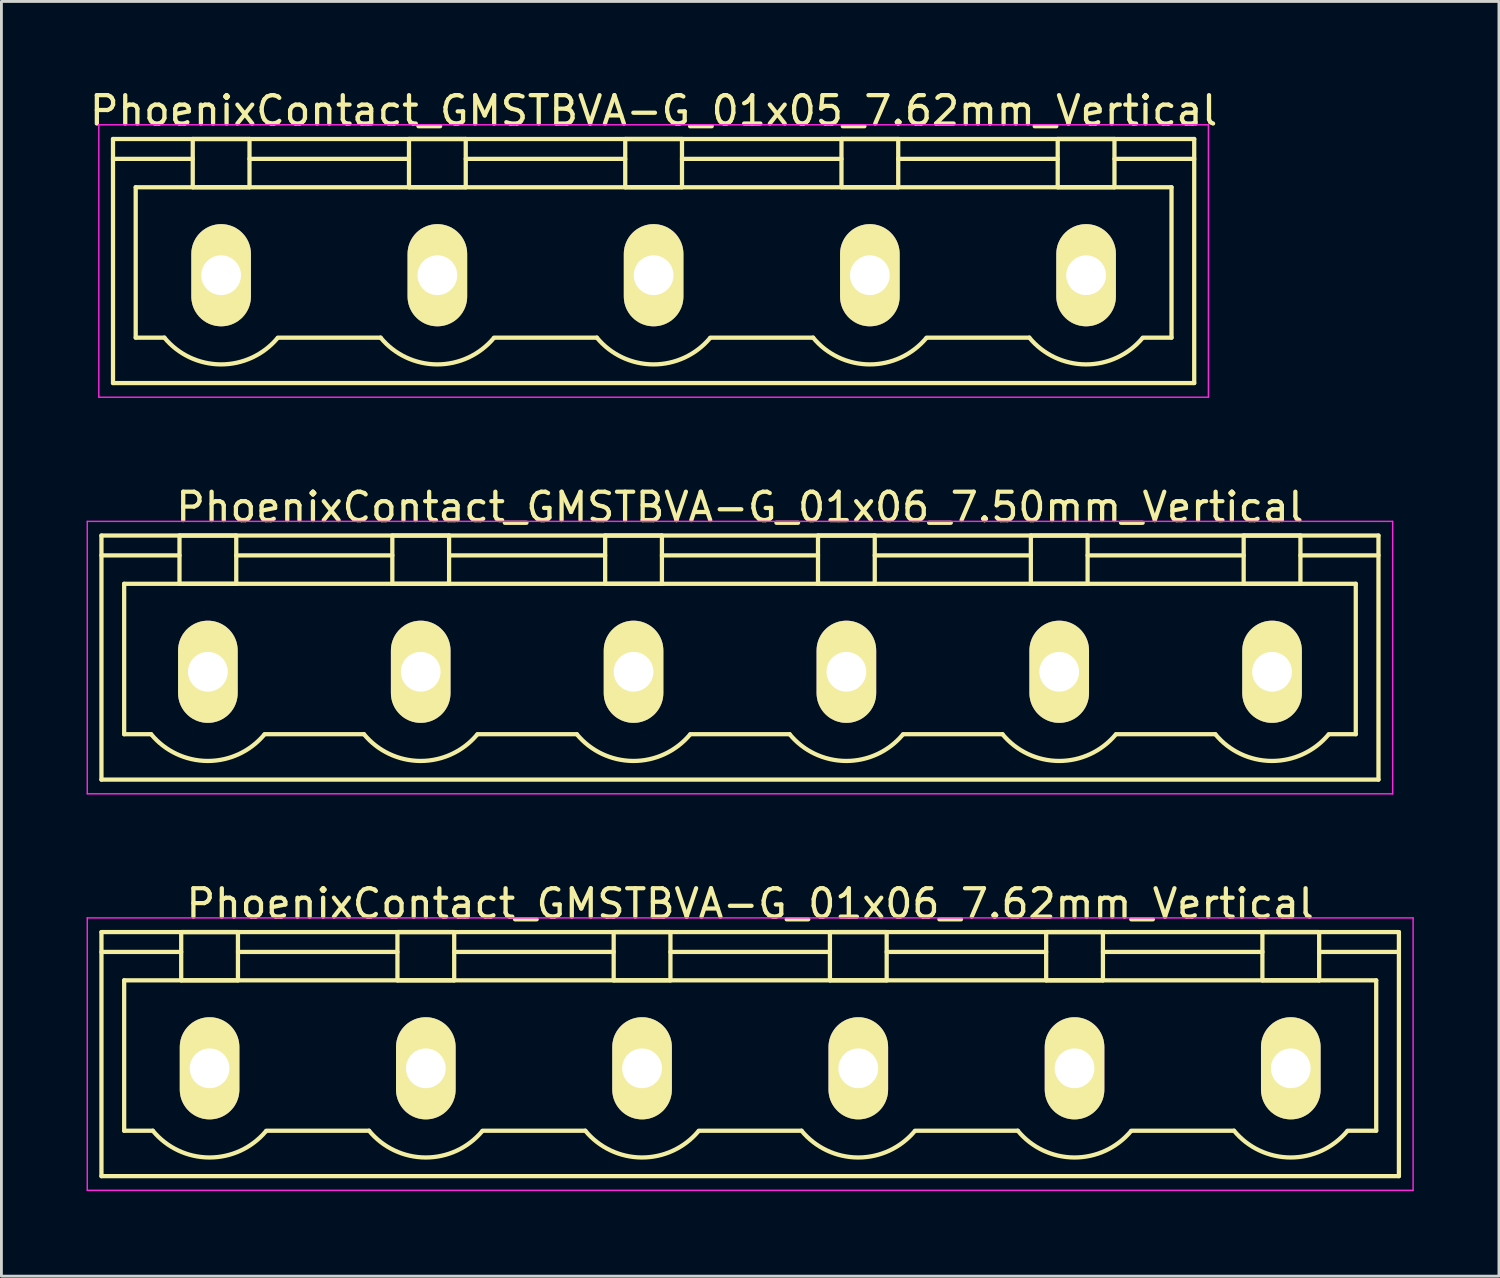
<source format=kicad_pcb>
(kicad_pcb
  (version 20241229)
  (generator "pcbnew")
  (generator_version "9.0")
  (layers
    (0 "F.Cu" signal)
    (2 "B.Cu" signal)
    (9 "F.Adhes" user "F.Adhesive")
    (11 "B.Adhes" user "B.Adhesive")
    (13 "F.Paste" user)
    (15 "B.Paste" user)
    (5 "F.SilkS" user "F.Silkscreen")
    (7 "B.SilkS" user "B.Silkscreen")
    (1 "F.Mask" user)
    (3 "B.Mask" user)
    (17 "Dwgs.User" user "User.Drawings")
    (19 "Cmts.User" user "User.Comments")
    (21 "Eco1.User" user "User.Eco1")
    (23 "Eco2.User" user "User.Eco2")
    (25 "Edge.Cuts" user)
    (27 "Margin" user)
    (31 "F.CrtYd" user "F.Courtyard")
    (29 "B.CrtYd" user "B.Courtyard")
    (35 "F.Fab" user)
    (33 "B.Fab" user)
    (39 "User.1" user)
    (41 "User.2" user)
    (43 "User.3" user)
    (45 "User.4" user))
  (footprint "PhoenixContact_GMSTBVA-G_01x06_7.50mm_Vertical"
    (layer "F.Cu")
    (at 4.275 20.622)
    (property "Reference" "PhoenixContact_GMSTBVA-G_01x06_7.50mm_Vertical" (at 18.75 -5.8 0) (layer "F.SilkS") (effects (font (size 1 1) (thickness 0.15))))
    (attr through_hole)
    (fp_line (start -3.75 -4.8) (end -3.75 3.8) (stroke (width 0.15) (type solid)) (layer "F.SilkS"))
    (fp_line (start -3.75 -4.1) (end -1 -4.1) (stroke (width 0.15) (type solid)) (layer "F.SilkS"))
    (fp_line (start -3.75 3.8) (end 41.25 3.8) (stroke (width 0.15) (type solid)) (layer "F.SilkS"))
    (fp_line (start -2.95 -3.1) (end 40.45 -3.1) (stroke (width 0.15) (type solid)) (layer "F.SilkS"))
    (fp_line (start -2.95 2.2) (end -2.95 -3.1) (stroke (width 0.15) (type solid)) (layer "F.SilkS"))
    (fp_line (start -2 2.2) (end -2.95 2.2) (stroke (width 0.15) (type solid)) (layer "F.SilkS"))
    (fp_line (start -1 -4.8) (end 1 -4.8) (stroke (width 0.15) (type solid)) (layer "F.SilkS"))
    (fp_line (start -1 -3.1) (end -1 -4.8) (stroke (width 0.15) (type solid)) (layer "F.SilkS"))
    (fp_line (start 1 -4.8) (end 1 -3.1) (stroke (width 0.15) (type solid)) (layer "F.SilkS"))
    (fp_line (start 1 -4.1) (end 6.5 -4.1) (stroke (width 0.15) (type solid)) (layer "F.SilkS"))
    (fp_line (start 1 -3.1) (end -1 -3.1) (stroke (width 0.15) (type solid)) (layer "F.SilkS"))
    (fp_line (start 2 2.2) (end 5.5 2.2) (stroke (width 0.15) (type solid)) (layer "F.SilkS"))
    (fp_line (start 6.5 -4.8) (end 8.5 -4.8) (stroke (width 0.15) (type solid)) (layer "F.SilkS"))
    (fp_line (start 6.5 -3.1) (end 6.5 -4.8) (stroke (width 0.15) (type solid)) (layer "F.SilkS"))
    (fp_line (start 8.5 -4.8) (end 8.5 -3.1) (stroke (width 0.15) (type solid)) (layer "F.SilkS"))
    (fp_line (start 8.5 -4.1) (end 14 -4.1) (stroke (width 0.15) (type solid)) (layer "F.SilkS"))
    (fp_line (start 8.5 -3.1) (end 6.5 -3.1) (stroke (width 0.15) (type solid)) (layer "F.SilkS"))
    (fp_line (start 9.5 2.2) (end 13 2.2) (stroke (width 0.15) (type solid)) (layer "F.SilkS"))
    (fp_line (start 14 -4.8) (end 16 -4.8) (stroke (width 0.15) (type solid)) (layer "F.SilkS"))
    (fp_line (start 14 -3.1) (end 14 -4.8) (stroke (width 0.15) (type solid)) (layer "F.SilkS"))
    (fp_line (start 16 -4.8) (end 16 -3.1) (stroke (width 0.15) (type solid)) (layer "F.SilkS"))
    (fp_line (start 16 -4.1) (end 21.5 -4.1) (stroke (width 0.15) (type solid)) (layer "F.SilkS"))
    (fp_line (start 16 -3.1) (end 14 -3.1) (stroke (width 0.15) (type solid)) (layer "F.SilkS"))
    (fp_line (start 17 2.2) (end 20.5 2.2) (stroke (width 0.15) (type solid)) (layer "F.SilkS"))
    (fp_line (start 21.5 -4.8) (end 23.5 -4.8) (stroke (width 0.15) (type solid)) (layer "F.SilkS"))
    (fp_line (start 21.5 -3.1) (end 21.5 -4.8) (stroke (width 0.15) (type solid)) (layer "F.SilkS"))
    (fp_line (start 23.5 -4.8) (end 23.5 -3.1) (stroke (width 0.15) (type solid)) (layer "F.SilkS"))
    (fp_line (start 23.5 -4.1) (end 29 -4.1) (stroke (width 0.15) (type solid)) (layer "F.SilkS"))
    (fp_line (start 23.5 -3.1) (end 21.5 -3.1) (stroke (width 0.15) (type solid)) (layer "F.SilkS"))
    (fp_line (start 24.5 2.2) (end 28 2.2) (stroke (width 0.15) (type solid)) (layer "F.SilkS"))
    (fp_line (start 29 -4.8) (end 31 -4.8) (stroke (width 0.15) (type solid)) (layer "F.SilkS"))
    (fp_line (start 29 -3.1) (end 29 -4.8) (stroke (width 0.15) (type solid)) (layer "F.SilkS"))
    (fp_line (start 31 -4.8) (end 31 -3.1) (stroke (width 0.15) (type solid)) (layer "F.SilkS"))
    (fp_line (start 31 -4.1) (end 36.5 -4.1) (stroke (width 0.15) (type solid)) (layer "F.SilkS"))
    (fp_line (start 31 -3.1) (end 29 -3.1) (stroke (width 0.15) (type solid)) (layer "F.SilkS"))
    (fp_line (start 32 2.2) (end 35.5 2.2) (stroke (width 0.15) (type solid)) (layer "F.SilkS"))
    (fp_line (start 36.5 -4.8) (end 38.5 -4.8) (stroke (width 0.15) (type solid)) (layer "F.SilkS"))
    (fp_line (start 36.5 -3.1) (end 36.5 -4.8) (stroke (width 0.15) (type solid)) (layer "F.SilkS"))
    (fp_line (start 38.5 -4.8) (end 38.5 -3.1) (stroke (width 0.15) (type solid)) (layer "F.SilkS"))
    (fp_line (start 38.5 -3.1) (end 36.5 -3.1) (stroke (width 0.15) (type solid)) (layer "F.SilkS"))
    (fp_line (start 40.45 -3.1) (end 40.45 2.2) (stroke (width 0.15) (type solid)) (layer "F.SilkS"))
    (fp_line (start 40.45 2.2) (end 39.5 2.2) (stroke (width 0.15) (type solid)) (layer "F.SilkS"))
    (fp_line (start 41.25 -4.8) (end -3.75 -4.8) (stroke (width 0.15) (type solid)) (layer "F.SilkS"))
    (fp_line (start 41.25 -4.1) (end 38.5 -4.1) (stroke (width 0.15) (type solid)) (layer "F.SilkS"))
    (fp_line (start 41.25 3.8) (end 41.25 -4.8) (stroke (width 0.15) (type solid)) (layer "F.SilkS"))
    (fp_arc (start 1.986842 2.215821) (mid -0.010289 3.142758) (end -2 2.2) (stroke (width 0.15) (type solid)) (layer "F.SilkS"))
    (fp_arc (start 9.486842 2.215821) (mid 7.489711 3.142758) (end 5.5 2.2) (stroke (width 0.15) (type solid)) (layer "F.SilkS"))
    (fp_arc (start 16.986842 2.215821) (mid 14.989711 3.142758) (end 13 2.2) (stroke (width 0.15) (type solid)) (layer "F.SilkS"))
    (fp_arc (start 24.486842 2.215821) (mid 22.489711 3.142758) (end 20.5 2.2) (stroke (width 0.15) (type solid)) (layer "F.SilkS"))
    (fp_arc (start 31.986842 2.215821) (mid 29.989711 3.142758) (end 28 2.2) (stroke (width 0.15) (type solid)) (layer "F.SilkS"))
    (fp_arc (start 39.486842 2.215821) (mid 37.489711 3.142758) (end 35.5 2.2) (stroke (width 0.15) (type solid)) (layer "F.SilkS"))
    (fp_line (start -4.25 -5.3) (end -4.25 4.3) (stroke (width 0.05) (type solid)) (layer "F.CrtYd"))
    (fp_line (start -4.25 4.3) (end 41.75 4.3) (stroke (width 0.05) (type solid)) (layer "F.CrtYd"))
    (fp_line (start 41.75 -5.3) (end -4.25 -5.3) (stroke (width 0.05) (type solid)) (layer "F.CrtYd"))
    (fp_line (start 41.75 4.3) (end 41.75 -5.3) (stroke (width 0.05) (type solid)) (layer "F.CrtYd"))
    (pad "1" thru_hole oval (at 0 0) (size 2.1 3.6) (drill 1.4) (layers "*.Cu" "*.Mask" "F.SilkS"))
    (pad "2" thru_hole oval (at 7.5 0) (size 2.1 3.6) (drill 1.4) (layers "*.Cu" "*.Mask" "F.SilkS"))
    (pad "3" thru_hole oval (at 15 0) (size 2.1 3.6) (drill 1.4) (layers "*.Cu" "*.Mask" "F.SilkS"))
    (pad "4" thru_hole oval (at 22.5 0) (size 2.1 3.6) (drill 1.4) (layers "*.Cu" "*.Mask" "F.SilkS"))
    (pad "5" thru_hole oval (at 30 0) (size 2.1 3.6) (drill 1.4) (layers "*.Cu" "*.Mask" "F.SilkS"))
    (pad "6" thru_hole oval (at 37.5 0) (size 2.1 3.6) (drill 1.4) (layers "*.Cu" "*.Mask" "F.SilkS")))
  (footprint "PhoenixContact_GMSTBVA-G_01x06_7.62mm_Vertical"
    (layer "F.Cu")
    (at 4.335 34.595)
    (property "Reference" "PhoenixContact_GMSTBVA-G_01x06_7.62mm_Vertical" (at 19.05 -5.8 0) (layer "F.SilkS") (effects (font (size 1 1) (thickness 0.15))))
    (attr through_hole)
    (fp_line (start -3.81 -4.8) (end -3.81 3.8) (stroke (width 0.15) (type solid)) (layer "F.SilkS"))
    (fp_line (start -3.81 -4.1) (end -1 -4.1) (stroke (width 0.15) (type solid)) (layer "F.SilkS"))
    (fp_line (start -3.81 3.8) (end 41.91 3.8) (stroke (width 0.15) (type solid)) (layer "F.SilkS"))
    (fp_line (start -3.01 -3.1) (end 41.11 -3.1) (stroke (width 0.15) (type solid)) (layer "F.SilkS"))
    (fp_line (start -3.01 2.2) (end -3.01 -3.1) (stroke (width 0.15) (type solid)) (layer "F.SilkS"))
    (fp_line (start -2 2.2) (end -3.01 2.2) (stroke (width 0.15) (type solid)) (layer "F.SilkS"))
    (fp_line (start -1 -4.8) (end 1 -4.8) (stroke (width 0.15) (type solid)) (layer "F.SilkS"))
    (fp_line (start -1 -3.1) (end -1 -4.8) (stroke (width 0.15) (type solid)) (layer "F.SilkS"))
    (fp_line (start 1 -4.8) (end 1 -3.1) (stroke (width 0.15) (type solid)) (layer "F.SilkS"))
    (fp_line (start 1 -4.1) (end 6.62 -4.1) (stroke (width 0.15) (type solid)) (layer "F.SilkS"))
    (fp_line (start 1 -3.1) (end -1 -3.1) (stroke (width 0.15) (type solid)) (layer "F.SilkS"))
    (fp_line (start 2 2.2) (end 5.62 2.2) (stroke (width 0.15) (type solid)) (layer "F.SilkS"))
    (fp_line (start 6.62 -4.8) (end 8.62 -4.8) (stroke (width 0.15) (type solid)) (layer "F.SilkS"))
    (fp_line (start 6.62 -3.1) (end 6.62 -4.8) (stroke (width 0.15) (type solid)) (layer "F.SilkS"))
    (fp_line (start 8.62 -4.8) (end 8.62 -3.1) (stroke (width 0.15) (type solid)) (layer "F.SilkS"))
    (fp_line (start 8.62 -4.1) (end 14.24 -4.1) (stroke (width 0.15) (type solid)) (layer "F.SilkS"))
    (fp_line (start 8.62 -3.1) (end 6.62 -3.1) (stroke (width 0.15) (type solid)) (layer "F.SilkS"))
    (fp_line (start 9.62 2.2) (end 13.24 2.2) (stroke (width 0.15) (type solid)) (layer "F.SilkS"))
    (fp_line (start 14.24 -4.8) (end 16.24 -4.8) (stroke (width 0.15) (type solid)) (layer "F.SilkS"))
    (fp_line (start 14.24 -3.1) (end 14.24 -4.8) (stroke (width 0.15) (type solid)) (layer "F.SilkS"))
    (fp_line (start 16.24 -4.8) (end 16.24 -3.1) (stroke (width 0.15) (type solid)) (layer "F.SilkS"))
    (fp_line (start 16.24 -4.1) (end 21.86 -4.1) (stroke (width 0.15) (type solid)) (layer "F.SilkS"))
    (fp_line (start 16.24 -3.1) (end 14.24 -3.1) (stroke (width 0.15) (type solid)) (layer "F.SilkS"))
    (fp_line (start 17.24 2.2) (end 20.86 2.2) (stroke (width 0.15) (type solid)) (layer "F.SilkS"))
    (fp_line (start 21.86 -4.8) (end 23.86 -4.8) (stroke (width 0.15) (type solid)) (layer "F.SilkS"))
    (fp_line (start 21.86 -3.1) (end 21.86 -4.8) (stroke (width 0.15) (type solid)) (layer "F.SilkS"))
    (fp_line (start 23.86 -4.8) (end 23.86 -3.1) (stroke (width 0.15) (type solid)) (layer "F.SilkS"))
    (fp_line (start 23.86 -4.1) (end 29.48 -4.1) (stroke (width 0.15) (type solid)) (layer "F.SilkS"))
    (fp_line (start 23.86 -3.1) (end 21.86 -3.1) (stroke (width 0.15) (type solid)) (layer "F.SilkS"))
    (fp_line (start 24.86 2.2) (end 28.48 2.2) (stroke (width 0.15) (type solid)) (layer "F.SilkS"))
    (fp_line (start 29.48 -4.8) (end 31.48 -4.8) (stroke (width 0.15) (type solid)) (layer "F.SilkS"))
    (fp_line (start 29.48 -3.1) (end 29.48 -4.8) (stroke (width 0.15) (type solid)) (layer "F.SilkS"))
    (fp_line (start 31.48 -4.8) (end 31.48 -3.1) (stroke (width 0.15) (type solid)) (layer "F.SilkS"))
    (fp_line (start 31.48 -4.1) (end 37.1 -4.1) (stroke (width 0.15) (type solid)) (layer "F.SilkS"))
    (fp_line (start 31.48 -3.1) (end 29.48 -3.1) (stroke (width 0.15) (type solid)) (layer "F.SilkS"))
    (fp_line (start 32.48 2.2) (end 36.1 2.2) (stroke (width 0.15) (type solid)) (layer "F.SilkS"))
    (fp_line (start 37.1 -4.8) (end 39.1 -4.8) (stroke (width 0.15) (type solid)) (layer "F.SilkS"))
    (fp_line (start 37.1 -3.1) (end 37.1 -4.8) (stroke (width 0.15) (type solid)) (layer "F.SilkS"))
    (fp_line (start 39.1 -4.8) (end 39.1 -3.1) (stroke (width 0.15) (type solid)) (layer "F.SilkS"))
    (fp_line (start 39.1 -3.1) (end 37.1 -3.1) (stroke (width 0.15) (type solid)) (layer "F.SilkS"))
    (fp_line (start 41.11 -3.1) (end 41.11 2.2) (stroke (width 0.15) (type solid)) (layer "F.SilkS"))
    (fp_line (start 41.11 2.2) (end 40.1 2.2) (stroke (width 0.15) (type solid)) (layer "F.SilkS"))
    (fp_line (start 41.91 -4.8) (end -3.81 -4.8) (stroke (width 0.15) (type solid)) (layer "F.SilkS"))
    (fp_line (start 41.91 -4.1) (end 39.1 -4.1) (stroke (width 0.15) (type solid)) (layer "F.SilkS"))
    (fp_line (start 41.91 3.8) (end 41.91 -4.8) (stroke (width 0.15) (type solid)) (layer "F.SilkS"))
    (fp_arc (start 1.986842 2.215821) (mid -0.010289 3.142758) (end -2 2.2) (stroke (width 0.15) (type solid)) (layer "F.SilkS"))
    (fp_arc (start 9.606842 2.215821) (mid 7.609711 3.142758) (end 5.62 2.2) (stroke (width 0.15) (type solid)) (layer "F.SilkS"))
    (fp_arc (start 17.226842 2.215821) (mid 15.229711 3.142758) (end 13.24 2.2) (stroke (width 0.15) (type solid)) (layer "F.SilkS"))
    (fp_arc (start 24.846842 2.215821) (mid 22.849711 3.142758) (end 20.86 2.2) (stroke (width 0.15) (type solid)) (layer "F.SilkS"))
    (fp_arc (start 32.466842 2.215821) (mid 30.469711 3.142758) (end 28.48 2.2) (stroke (width 0.15) (type solid)) (layer "F.SilkS"))
    (fp_arc (start 40.086842 2.215821) (mid 38.089711 3.142758) (end 36.1 2.2) (stroke (width 0.15) (type solid)) (layer "F.SilkS"))
    (fp_line (start -4.31 -5.3) (end -4.31 4.3) (stroke (width 0.05) (type solid)) (layer "F.CrtYd"))
    (fp_line (start -4.31 4.3) (end 42.41 4.3) (stroke (width 0.05) (type solid)) (layer "F.CrtYd"))
    (fp_line (start 42.41 -5.3) (end -4.31 -5.3) (stroke (width 0.05) (type solid)) (layer "F.CrtYd"))
    (fp_line (start 42.41 4.3) (end 42.41 -5.3) (stroke (width 0.05) (type solid)) (layer "F.CrtYd"))
    (pad "1" thru_hole oval (at 0 0) (size 2.1 3.6) (drill 1.4) (layers "*.Cu" "*.Mask" "F.SilkS"))
    (pad "2" thru_hole oval (at 7.62 0) (size 2.1 3.6) (drill 1.4) (layers "*.Cu" "*.Mask" "F.SilkS"))
    (pad "3" thru_hole oval (at 15.24 0) (size 2.1 3.6) (drill 1.4) (layers "*.Cu" "*.Mask" "F.SilkS"))
    (pad "4" thru_hole oval (at 22.86 0) (size 2.1 3.6) (drill 1.4) (layers "*.Cu" "*.Mask" "F.SilkS"))
    (pad "5" thru_hole oval (at 30.48 0) (size 2.1 3.6) (drill 1.4) (layers "*.Cu" "*.Mask" "F.SilkS"))
    (pad "6" thru_hole oval (at 38.1 0) (size 2.1 3.6) (drill 1.4) (layers "*.Cu" "*.Mask" "F.SilkS")))
  (footprint "PhoenixContact_GMSTBVA-G_01x05_7.62mm_Vertical"
    (layer "F.Cu")
    (at 4.742 6.648)
    (property "Reference" "PhoenixContact_GMSTBVA-G_01x05_7.62mm_Vertical" (at 15.24 -5.8 0) (layer "F.SilkS") (effects (font (size 1 1) (thickness 0.15))))
    (attr through_hole)
    (fp_line (start -3.81 -4.8) (end -3.81 3.8) (stroke (width 0.15) (type solid)) (layer "F.SilkS"))
    (fp_line (start -3.81 -4.1) (end -1 -4.1) (stroke (width 0.15) (type solid)) (layer "F.SilkS"))
    (fp_line (start -3.81 3.8) (end 34.29 3.8) (stroke (width 0.15) (type solid)) (layer "F.SilkS"))
    (fp_line (start -3.01 -3.1) (end 33.49 -3.1) (stroke (width 0.15) (type solid)) (layer "F.SilkS"))
    (fp_line (start -3.01 2.2) (end -3.01 -3.1) (stroke (width 0.15) (type solid)) (layer "F.SilkS"))
    (fp_line (start -2 2.2) (end -3.01 2.2) (stroke (width 0.15) (type solid)) (layer "F.SilkS"))
    (fp_line (start -1 -4.8) (end 1 -4.8) (stroke (width 0.15) (type solid)) (layer "F.SilkS"))
    (fp_line (start -1 -3.1) (end -1 -4.8) (stroke (width 0.15) (type solid)) (layer "F.SilkS"))
    (fp_line (start 1 -4.8) (end 1 -3.1) (stroke (width 0.15) (type solid)) (layer "F.SilkS"))
    (fp_line (start 1 -4.1) (end 6.62 -4.1) (stroke (width 0.15) (type solid)) (layer "F.SilkS"))
    (fp_line (start 1 -3.1) (end -1 -3.1) (stroke (width 0.15) (type solid)) (layer "F.SilkS"))
    (fp_line (start 2 2.2) (end 5.62 2.2) (stroke (width 0.15) (type solid)) (layer "F.SilkS"))
    (fp_line (start 6.62 -4.8) (end 8.62 -4.8) (stroke (width 0.15) (type solid)) (layer "F.SilkS"))
    (fp_line (start 6.62 -3.1) (end 6.62 -4.8) (stroke (width 0.15) (type solid)) (layer "F.SilkS"))
    (fp_line (start 8.62 -4.8) (end 8.62 -3.1) (stroke (width 0.15) (type solid)) (layer "F.SilkS"))
    (fp_line (start 8.62 -4.1) (end 14.24 -4.1) (stroke (width 0.15) (type solid)) (layer "F.SilkS"))
    (fp_line (start 8.62 -3.1) (end 6.62 -3.1) (stroke (width 0.15) (type solid)) (layer "F.SilkS"))
    (fp_line (start 9.62 2.2) (end 13.24 2.2) (stroke (width 0.15) (type solid)) (layer "F.SilkS"))
    (fp_line (start 14.24 -4.8) (end 16.24 -4.8) (stroke (width 0.15) (type solid)) (layer "F.SilkS"))
    (fp_line (start 14.24 -3.1) (end 14.24 -4.8) (stroke (width 0.15) (type solid)) (layer "F.SilkS"))
    (fp_line (start 16.24 -4.8) (end 16.24 -3.1) (stroke (width 0.15) (type solid)) (layer "F.SilkS"))
    (fp_line (start 16.24 -4.1) (end 21.86 -4.1) (stroke (width 0.15) (type solid)) (layer "F.SilkS"))
    (fp_line (start 16.24 -3.1) (end 14.24 -3.1) (stroke (width 0.15) (type solid)) (layer "F.SilkS"))
    (fp_line (start 17.24 2.2) (end 20.86 2.2) (stroke (width 0.15) (type solid)) (layer "F.SilkS"))
    (fp_line (start 21.86 -4.8) (end 23.86 -4.8) (stroke (width 0.15) (type solid)) (layer "F.SilkS"))
    (fp_line (start 21.86 -3.1) (end 21.86 -4.8) (stroke (width 0.15) (type solid)) (layer "F.SilkS"))
    (fp_line (start 23.86 -4.8) (end 23.86 -3.1) (stroke (width 0.15) (type solid)) (layer "F.SilkS"))
    (fp_line (start 23.86 -4.1) (end 29.48 -4.1) (stroke (width 0.15) (type solid)) (layer "F.SilkS"))
    (fp_line (start 23.86 -3.1) (end 21.86 -3.1) (stroke (width 0.15) (type solid)) (layer "F.SilkS"))
    (fp_line (start 24.86 2.2) (end 28.48 2.2) (stroke (width 0.15) (type solid)) (layer "F.SilkS"))
    (fp_line (start 29.48 -4.8) (end 31.48 -4.8) (stroke (width 0.15) (type solid)) (layer "F.SilkS"))
    (fp_line (start 29.48 -3.1) (end 29.48 -4.8) (stroke (width 0.15) (type solid)) (layer "F.SilkS"))
    (fp_line (start 31.48 -4.8) (end 31.48 -3.1) (stroke (width 0.15) (type solid)) (layer "F.SilkS"))
    (fp_line (start 31.48 -3.1) (end 29.48 -3.1) (stroke (width 0.15) (type solid)) (layer "F.SilkS"))
    (fp_line (start 33.49 -3.1) (end 33.49 2.2) (stroke (width 0.15) (type solid)) (layer "F.SilkS"))
    (fp_line (start 33.49 2.2) (end 32.48 2.2) (stroke (width 0.15) (type solid)) (layer "F.SilkS"))
    (fp_line (start 34.29 -4.8) (end -3.81 -4.8) (stroke (width 0.15) (type solid)) (layer "F.SilkS"))
    (fp_line (start 34.29 -4.1) (end 31.48 -4.1) (stroke (width 0.15) (type solid)) (layer "F.SilkS"))
    (fp_line (start 34.29 3.8) (end 34.29 -4.8) (stroke (width 0.15) (type solid)) (layer "F.SilkS"))
    (fp_arc (start 1.986842 2.215821) (mid -0.010289 3.142758) (end -2 2.2) (stroke (width 0.15) (type solid)) (layer "F.SilkS"))
    (fp_arc (start 9.606842 2.215821) (mid 7.609711 3.142758) (end 5.62 2.2) (stroke (width 0.15) (type solid)) (layer "F.SilkS"))
    (fp_arc (start 17.226842 2.215821) (mid 15.229711 3.142758) (end 13.24 2.2) (stroke (width 0.15) (type solid)) (layer "F.SilkS"))
    (fp_arc (start 24.846842 2.215821) (mid 22.849711 3.142758) (end 20.86 2.2) (stroke (width 0.15) (type solid)) (layer "F.SilkS"))
    (fp_arc (start 32.466842 2.215821) (mid 30.469711 3.142758) (end 28.48 2.2) (stroke (width 0.15) (type solid)) (layer "F.SilkS"))
    (fp_line (start -4.31 -5.3) (end -4.31 4.3) (stroke (width 0.05) (type solid)) (layer "F.CrtYd"))
    (fp_line (start -4.31 4.3) (end 34.79 4.3) (stroke (width 0.05) (type solid)) (layer "F.CrtYd"))
    (fp_line (start 34.79 -5.3) (end -4.31 -5.3) (stroke (width 0.05) (type solid)) (layer "F.CrtYd"))
    (fp_line (start 34.79 4.3) (end 34.79 -5.3) (stroke (width 0.05) (type solid)) (layer "F.CrtYd"))
    (pad "1" thru_hole oval (at 0 0) (size 2.1 3.6) (drill 1.4) (layers "*.Cu" "*.Mask" "F.SilkS"))
    (pad "2" thru_hole oval (at 7.62 0) (size 2.1 3.6) (drill 1.4) (layers "*.Cu" "*.Mask" "F.SilkS"))
    (pad "3" thru_hole oval (at 15.24 0) (size 2.1 3.6) (drill 1.4) (layers "*.Cu" "*.Mask" "F.SilkS"))
    (pad "4" thru_hole oval (at 22.86 0) (size 2.1 3.6) (drill 1.4) (layers "*.Cu" "*.Mask" "F.SilkS"))
    (pad "5" thru_hole oval (at 30.48 0) (size 2.1 3.6) (drill 1.4) (layers "*.Cu" "*.Mask" "F.SilkS")))
  (gr_rect
    (start -3 -3)
    (end 49.77 41.92)
    (stroke (width 0.1) (type default))
    (fill no)
    (layer "Edge.Cuts")))
</source>
